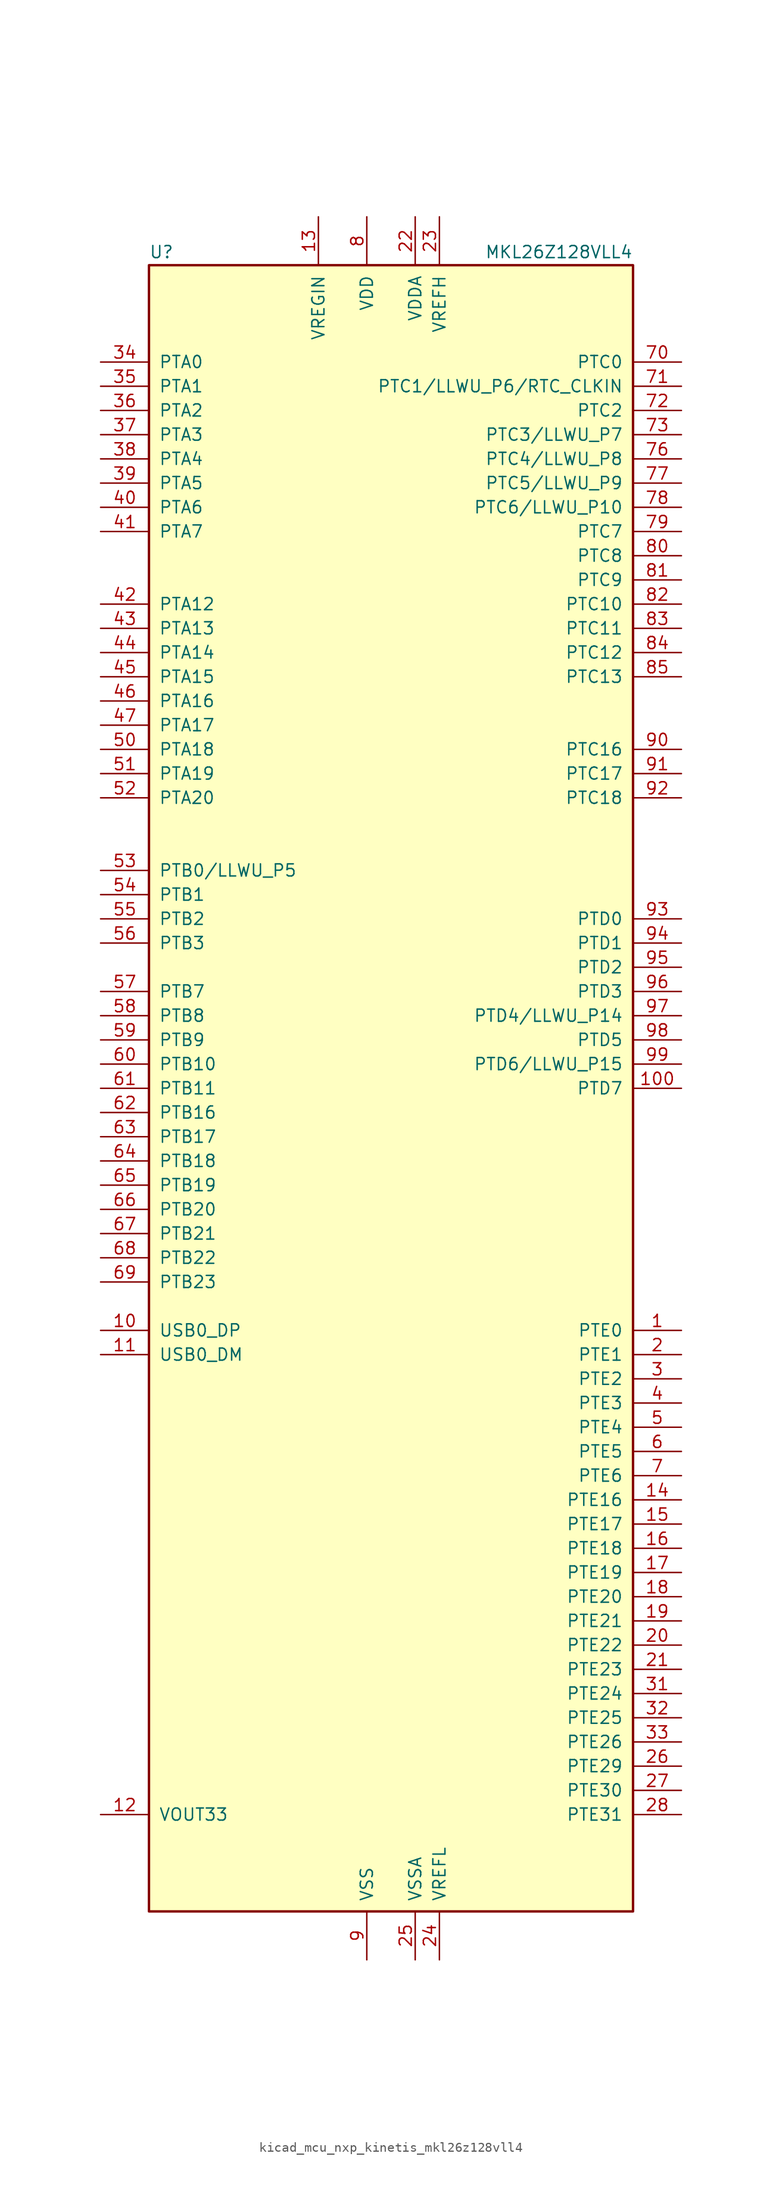
<source format=kicad_sym>
(kicad_symbol_lib
  (version 20220914)
  (generator kicad_symbol_editor)
  (symbol "kicad_mcu_nxp_kinetis_mkl26z128vll4"
    (pin_names
      (offset 1.016))
    (property "Reference" "U"
      (at -25.4 86.995 0)
      (effects (font (size 1.27 1.27)) (justify left bottom)))
    (property "Value" "MKL26Z128VLL4"
      (at 25.4 86.995 0)
      (effects (font (size 1.27 1.27)) (justify right bottom)))
    (symbol "kicad_mcu_nxp_kinetis_mkl26z128vll4_0_1"
      (rectangle (start -25.4 86.36) (end 25.4 -86.36) (stroke (width 0.254) (type default)) (fill (type background))))
    (symbol "kicad_mcu_nxp_kinetis_mkl26z128vll4_1_1"
      (pin bidirectional line (at 30.48 -25.4 180) (length 5.08) (name "PTE0" (effects (font (size 1.27 1.27)))) (number "1" (effects (font (size 1.27 1.27)))))
      (pin bidirectional line (at -30.48 -25.4 0) (length 5.08) (name "USB0_DP" (effects (font (size 1.27 1.27)))) (number "10" (effects (font (size 1.27 1.27)))))
      (pin bidirectional line (at 30.48 0 180) (length 5.08) (name "PTD7" (effects (font (size 1.27 1.27)))) (number "100" (effects (font (size 1.27 1.27)))))
      (pin bidirectional line (at -30.48 -27.94 0) (length 5.08) (name "USB0_DM" (effects (font (size 1.27 1.27)))) (number "11" (effects (font (size 1.27 1.27)))))
      (pin power_out line (at -30.48 -76.2 0) (length 5.08) (name "VOUT33" (effects (font (size 1.27 1.27)))) (number "12" (effects (font (size 1.27 1.27)))))
      (pin power_in line (at -7.62 91.44 270) (length 5.08) (name "VREGIN" (effects (font (size 1.27 1.27)))) (number "13" (effects (font (size 1.27 1.27)))))
      (pin bidirectional line (at 30.48 -43.18 180) (length 5.08) (name "PTE16" (effects (font (size 1.27 1.27)))) (number "14" (effects (font (size 1.27 1.27)))))
      (pin bidirectional line (at 30.48 -45.72 180) (length 5.08) (name "PTE17" (effects (font (size 1.27 1.27)))) (number "15" (effects (font (size 1.27 1.27)))))
      (pin bidirectional line (at 30.48 -48.26 180) (length 5.08) (name "PTE18" (effects (font (size 1.27 1.27)))) (number "16" (effects (font (size 1.27 1.27)))))
      (pin bidirectional line (at 30.48 -50.8 180) (length 5.08) (name "PTE19" (effects (font (size 1.27 1.27)))) (number "17" (effects (font (size 1.27 1.27)))))
      (pin bidirectional line (at 30.48 -53.34 180) (length 5.08) (name "PTE20" (effects (font (size 1.27 1.27)))) (number "18" (effects (font (size 1.27 1.27)))))
      (pin bidirectional line (at 30.48 -55.88 180) (length 5.08) (name "PTE21" (effects (font (size 1.27 1.27)))) (number "19" (effects (font (size 1.27 1.27)))))
      (pin bidirectional line (at 30.48 -27.94 180) (length 5.08) (name "PTE1" (effects (font (size 1.27 1.27)))) (number "2" (effects (font (size 1.27 1.27)))))
      (pin bidirectional line (at 30.48 -58.42 180) (length 5.08) (name "PTE22" (effects (font (size 1.27 1.27)))) (number "20" (effects (font (size 1.27 1.27)))))
      (pin bidirectional line (at 30.48 -60.96 180) (length 5.08) (name "PTE23" (effects (font (size 1.27 1.27)))) (number "21" (effects (font (size 1.27 1.27)))))
      (pin power_in line (at 2.54 91.44 270) (length 5.08) (name "VDDA" (effects (font (size 1.27 1.27)))) (number "22" (effects (font (size 1.27 1.27)))))
      (pin power_in line (at 5.08 91.44 270) (length 5.08) (name "VREFH" (effects (font (size 1.27 1.27)))) (number "23" (effects (font (size 1.27 1.27)))))
      (pin power_in line (at 5.08 -91.44 90) (length 5.08) (name "VREFL" (effects (font (size 1.27 1.27)))) (number "24" (effects (font (size 1.27 1.27)))))
      (pin power_in line (at 2.54 -91.44 90) (length 5.08) (name "VSSA" (effects (font (size 1.27 1.27)))) (number "25" (effects (font (size 1.27 1.27)))))
      (pin bidirectional line (at 30.48 -71.12 180) (length 5.08) (name "PTE29" (effects (font (size 1.27 1.27)))) (number "26" (effects (font (size 1.27 1.27)))))
      (pin bidirectional line (at 30.48 -73.66 180) (length 5.08) (name "PTE30" (effects (font (size 1.27 1.27)))) (number "27" (effects (font (size 1.27 1.27)))))
      (pin bidirectional line (at 30.48 -76.2 180) (length 5.08) (name "PTE31" (effects (font (size 1.27 1.27)))) (number "28" (effects (font (size 1.27 1.27)))))
      (pin passive line (at -2.54 -91.44 90) (length 5.08) hide (name "VSS" (effects (font (size 1.27 1.27)))) (number "29" (effects (font (size 1.27 1.27)))))
      (pin bidirectional line (at 30.48 -30.48 180) (length 5.08) (name "PTE2" (effects (font (size 1.27 1.27)))) (number "3" (effects (font (size 1.27 1.27)))))
      (pin passive line (at -2.54 91.44 270) (length 5.08) hide (name "VDD" (effects (font (size 1.27 1.27)))) (number "30" (effects (font (size 1.27 1.27)))))
      (pin bidirectional line (at 30.48 -63.5 180) (length 5.08) (name "PTE24" (effects (font (size 1.27 1.27)))) (number "31" (effects (font (size 1.27 1.27)))))
      (pin bidirectional line (at 30.48 -66.04 180) (length 5.08) (name "PTE25" (effects (font (size 1.27 1.27)))) (number "32" (effects (font (size 1.27 1.27)))))
      (pin bidirectional line (at 30.48 -68.58 180) (length 5.08) (name "PTE26" (effects (font (size 1.27 1.27)))) (number "33" (effects (font (size 1.27 1.27)))))
      (pin bidirectional line (at -30.48 76.2 0) (length 5.08) (name "PTA0" (effects (font (size 1.27 1.27)))) (number "34" (effects (font (size 1.27 1.27)))))
      (pin bidirectional line (at -30.48 73.66 0) (length 5.08) (name "PTA1" (effects (font (size 1.27 1.27)))) (number "35" (effects (font (size 1.27 1.27)))))
      (pin bidirectional line (at -30.48 71.12 0) (length 5.08) (name "PTA2" (effects (font (size 1.27 1.27)))) (number "36" (effects (font (size 1.27 1.27)))))
      (pin bidirectional line (at -30.48 68.58 0) (length 5.08) (name "PTA3" (effects (font (size 1.27 1.27)))) (number "37" (effects (font (size 1.27 1.27)))))
      (pin bidirectional line (at -30.48 66.04 0) (length 5.08) (name "PTA4" (effects (font (size 1.27 1.27)))) (number "38" (effects (font (size 1.27 1.27)))))
      (pin bidirectional line (at -30.48 63.5 0) (length 5.08) (name "PTA5" (effects (font (size 1.27 1.27)))) (number "39" (effects (font (size 1.27 1.27)))))
      (pin bidirectional line (at 30.48 -33.02 180) (length 5.08) (name "PTE3" (effects (font (size 1.27 1.27)))) (number "4" (effects (font (size 1.27 1.27)))))
      (pin bidirectional line (at -30.48 60.96 0) (length 5.08) (name "PTA6" (effects (font (size 1.27 1.27)))) (number "40" (effects (font (size 1.27 1.27)))))
      (pin bidirectional line (at -30.48 58.42 0) (length 5.08) (name "PTA7" (effects (font (size 1.27 1.27)))) (number "41" (effects (font (size 1.27 1.27)))))
      (pin bidirectional line (at -30.48 50.8 0) (length 5.08) (name "PTA12" (effects (font (size 1.27 1.27)))) (number "42" (effects (font (size 1.27 1.27)))))
      (pin bidirectional line (at -30.48 48.26 0) (length 5.08) (name "PTA13" (effects (font (size 1.27 1.27)))) (number "43" (effects (font (size 1.27 1.27)))))
      (pin bidirectional line (at -30.48 45.72 0) (length 5.08) (name "PTA14" (effects (font (size 1.27 1.27)))) (number "44" (effects (font (size 1.27 1.27)))))
      (pin bidirectional line (at -30.48 43.18 0) (length 5.08) (name "PTA15" (effects (font (size 1.27 1.27)))) (number "45" (effects (font (size 1.27 1.27)))))
      (pin bidirectional line (at -30.48 40.64 0) (length 5.08) (name "PTA16" (effects (font (size 1.27 1.27)))) (number "46" (effects (font (size 1.27 1.27)))))
      (pin bidirectional line (at -30.48 38.1 0) (length 5.08) (name "PTA17" (effects (font (size 1.27 1.27)))) (number "47" (effects (font (size 1.27 1.27)))))
      (pin passive line (at -2.54 91.44 270) (length 5.08) hide (name "VDD" (effects (font (size 1.27 1.27)))) (number "48" (effects (font (size 1.27 1.27)))))
      (pin passive line (at -2.54 -91.44 90) (length 5.08) hide (name "VSS" (effects (font (size 1.27 1.27)))) (number "49" (effects (font (size 1.27 1.27)))))
      (pin bidirectional line (at 30.48 -35.56 180) (length 5.08) (name "PTE4" (effects (font (size 1.27 1.27)))) (number "5" (effects (font (size 1.27 1.27)))))
      (pin bidirectional line (at -30.48 35.56 0) (length 5.08) (name "PTA18" (effects (font (size 1.27 1.27)))) (number "50" (effects (font (size 1.27 1.27)))))
      (pin bidirectional line (at -30.48 33.02 0) (length 5.08) (name "PTA19" (effects (font (size 1.27 1.27)))) (number "51" (effects (font (size 1.27 1.27)))))
      (pin bidirectional line (at -30.48 30.48 0) (length 5.08) (name "PTA20" (effects (font (size 1.27 1.27)))) (number "52" (effects (font (size 1.27 1.27)))))
      (pin bidirectional line (at -30.48 22.86 0) (length 5.08) (name "PTB0/LLWU_P5" (effects (font (size 1.27 1.27)))) (number "53" (effects (font (size 1.27 1.27)))))
      (pin bidirectional line (at -30.48 20.32 0) (length 5.08) (name "PTB1" (effects (font (size 1.27 1.27)))) (number "54" (effects (font (size 1.27 1.27)))))
      (pin bidirectional line (at -30.48 17.78 0) (length 5.08) (name "PTB2" (effects (font (size 1.27 1.27)))) (number "55" (effects (font (size 1.27 1.27)))))
      (pin bidirectional line (at -30.48 15.24 0) (length 5.08) (name "PTB3" (effects (font (size 1.27 1.27)))) (number "56" (effects (font (size 1.27 1.27)))))
      (pin bidirectional line (at -30.48 10.16 0) (length 5.08) (name "PTB7" (effects (font (size 1.27 1.27)))) (number "57" (effects (font (size 1.27 1.27)))))
      (pin bidirectional line (at -30.48 7.62 0) (length 5.08) (name "PTB8" (effects (font (size 1.27 1.27)))) (number "58" (effects (font (size 1.27 1.27)))))
      (pin bidirectional line (at -30.48 5.08 0) (length 5.08) (name "PTB9" (effects (font (size 1.27 1.27)))) (number "59" (effects (font (size 1.27 1.27)))))
      (pin bidirectional line (at 30.48 -38.1 180) (length 5.08) (name "PTE5" (effects (font (size 1.27 1.27)))) (number "6" (effects (font (size 1.27 1.27)))))
      (pin bidirectional line (at -30.48 2.54 0) (length 5.08) (name "PTB10" (effects (font (size 1.27 1.27)))) (number "60" (effects (font (size 1.27 1.27)))))
      (pin bidirectional line (at -30.48 0 0) (length 5.08) (name "PTB11" (effects (font (size 1.27 1.27)))) (number "61" (effects (font (size 1.27 1.27)))))
      (pin bidirectional line (at -30.48 -2.54 0) (length 5.08) (name "PTB16" (effects (font (size 1.27 1.27)))) (number "62" (effects (font (size 1.27 1.27)))))
      (pin bidirectional line (at -30.48 -5.08 0) (length 5.08) (name "PTB17" (effects (font (size 1.27 1.27)))) (number "63" (effects (font (size 1.27 1.27)))))
      (pin bidirectional line (at -30.48 -7.62 0) (length 5.08) (name "PTB18" (effects (font (size 1.27 1.27)))) (number "64" (effects (font (size 1.27 1.27)))))
      (pin bidirectional line (at -30.48 -10.16 0) (length 5.08) (name "PTB19" (effects (font (size 1.27 1.27)))) (number "65" (effects (font (size 1.27 1.27)))))
      (pin bidirectional line (at -30.48 -12.7 0) (length 5.08) (name "PTB20" (effects (font (size 1.27 1.27)))) (number "66" (effects (font (size 1.27 1.27)))))
      (pin bidirectional line (at -30.48 -15.24 0) (length 5.08) (name "PTB21" (effects (font (size 1.27 1.27)))) (number "67" (effects (font (size 1.27 1.27)))))
      (pin bidirectional line (at -30.48 -17.78 0) (length 5.08) (name "PTB22" (effects (font (size 1.27 1.27)))) (number "68" (effects (font (size 1.27 1.27)))))
      (pin bidirectional line (at -30.48 -20.32 0) (length 5.08) (name "PTB23" (effects (font (size 1.27 1.27)))) (number "69" (effects (font (size 1.27 1.27)))))
      (pin bidirectional line (at 30.48 -40.64 180) (length 5.08) (name "PTE6" (effects (font (size 1.27 1.27)))) (number "7" (effects (font (size 1.27 1.27)))))
      (pin bidirectional line (at 30.48 76.2 180) (length 5.08) (name "PTC0" (effects (font (size 1.27 1.27)))) (number "70" (effects (font (size 1.27 1.27)))))
      (pin bidirectional line (at 30.48 73.66 180) (length 5.08) (name "PTC1/LLWU_P6/RTC_CLKIN" (effects (font (size 1.27 1.27)))) (number "71" (effects (font (size 1.27 1.27)))))
      (pin bidirectional line (at 30.48 71.12 180) (length 5.08) (name "PTC2" (effects (font (size 1.27 1.27)))) (number "72" (effects (font (size 1.27 1.27)))))
      (pin bidirectional line (at 30.48 68.58 180) (length 5.08) (name "PTC3/LLWU_P7" (effects (font (size 1.27 1.27)))) (number "73" (effects (font (size 1.27 1.27)))))
      (pin passive line (at -2.54 -91.44 90) (length 5.08) hide (name "VSS" (effects (font (size 1.27 1.27)))) (number "74" (effects (font (size 1.27 1.27)))))
      (pin passive line (at -2.54 91.44 270) (length 5.08) hide (name "VDD" (effects (font (size 1.27 1.27)))) (number "75" (effects (font (size 1.27 1.27)))))
      (pin bidirectional line (at 30.48 66.04 180) (length 5.08) (name "PTC4/LLWU_P8" (effects (font (size 1.27 1.27)))) (number "76" (effects (font (size 1.27 1.27)))))
      (pin bidirectional line (at 30.48 63.5 180) (length 5.08) (name "PTC5/LLWU_P9" (effects (font (size 1.27 1.27)))) (number "77" (effects (font (size 1.27 1.27)))))
      (pin bidirectional line (at 30.48 60.96 180) (length 5.08) (name "PTC6/LLWU_P10" (effects (font (size 1.27 1.27)))) (number "78" (effects (font (size 1.27 1.27)))))
      (pin bidirectional line (at 30.48 58.42 180) (length 5.08) (name "PTC7" (effects (font (size 1.27 1.27)))) (number "79" (effects (font (size 1.27 1.27)))))
      (pin power_in line (at -2.54 91.44 270) (length 5.08) (name "VDD" (effects (font (size 1.27 1.27)))) (number "8" (effects (font (size 1.27 1.27)))))
      (pin bidirectional line (at 30.48 55.88 180) (length 5.08) (name "PTC8" (effects (font (size 1.27 1.27)))) (number "80" (effects (font (size 1.27 1.27)))))
      (pin bidirectional line (at 30.48 53.34 180) (length 5.08) (name "PTC9" (effects (font (size 1.27 1.27)))) (number "81" (effects (font (size 1.27 1.27)))))
      (pin bidirectional line (at 30.48 50.8 180) (length 5.08) (name "PTC10" (effects (font (size 1.27 1.27)))) (number "82" (effects (font (size 1.27 1.27)))))
      (pin bidirectional line (at 30.48 48.26 180) (length 5.08) (name "PTC11" (effects (font (size 1.27 1.27)))) (number "83" (effects (font (size 1.27 1.27)))))
      (pin bidirectional line (at 30.48 45.72 180) (length 5.08) (name "PTC12" (effects (font (size 1.27 1.27)))) (number "84" (effects (font (size 1.27 1.27)))))
      (pin bidirectional line (at 30.48 43.18 180) (length 5.08) (name "PTC13" (effects (font (size 1.27 1.27)))) (number "85" (effects (font (size 1.27 1.27)))))
      (pin no_connect line (at -25.4 -63.5 0) (length 5.08) hide (name "NC" (effects (font (size 1.27 1.27)))) (number "86" (effects (font (size 1.27 1.27)))))
      (pin no_connect line (at -25.4 -66.04 0) (length 5.08) hide (name "NC" (effects (font (size 1.27 1.27)))) (number "87" (effects (font (size 1.27 1.27)))))
      (pin no_connect line (at -25.4 -68.58 0) (length 5.08) hide (name "NC" (effects (font (size 1.27 1.27)))) (number "88" (effects (font (size 1.27 1.27)))))
      (pin no_connect line (at -25.4 -71.12 0) (length 5.08) hide (name "NC" (effects (font (size 1.27 1.27)))) (number "89" (effects (font (size 1.27 1.27)))))
      (pin power_in line (at -2.54 -91.44 90) (length 5.08) (name "VSS" (effects (font (size 1.27 1.27)))) (number "9" (effects (font (size 1.27 1.27)))))
      (pin bidirectional line (at 30.48 35.56 180) (length 5.08) (name "PTC16" (effects (font (size 1.27 1.27)))) (number "90" (effects (font (size 1.27 1.27)))))
      (pin bidirectional line (at 30.48 33.02 180) (length 5.08) (name "PTC17" (effects (font (size 1.27 1.27)))) (number "91" (effects (font (size 1.27 1.27)))))
      (pin bidirectional line (at 30.48 30.48 180) (length 5.08) (name "PTC18" (effects (font (size 1.27 1.27)))) (number "92" (effects (font (size 1.27 1.27)))))
      (pin bidirectional line (at 30.48 17.78 180) (length 5.08) (name "PTD0" (effects (font (size 1.27 1.27)))) (number "93" (effects (font (size 1.27 1.27)))))
      (pin bidirectional line (at 30.48 15.24 180) (length 5.08) (name "PTD1" (effects (font (size 1.27 1.27)))) (number "94" (effects (font (size 1.27 1.27)))))
      (pin bidirectional line (at 30.48 12.7 180) (length 5.08) (name "PTD2" (effects (font (size 1.27 1.27)))) (number "95" (effects (font (size 1.27 1.27)))))
      (pin bidirectional line (at 30.48 10.16 180) (length 5.08) (name "PTD3" (effects (font (size 1.27 1.27)))) (number "96" (effects (font (size 1.27 1.27)))))
      (pin bidirectional line (at 30.48 7.62 180) (length 5.08) (name "PTD4/LLWU_P14" (effects (font (size 1.27 1.27)))) (number "97" (effects (font (size 1.27 1.27)))))
      (pin bidirectional line (at 30.48 5.08 180) (length 5.08) (name "PTD5" (effects (font (size 1.27 1.27)))) (number "98" (effects (font (size 1.27 1.27)))))
      (pin bidirectional line (at 30.48 2.54 180) (length 5.08) (name "PTD6/LLWU_P15" (effects (font (size 1.27 1.27)))) (number "99" (effects (font (size 1.27 1.27))))))))
</source>
